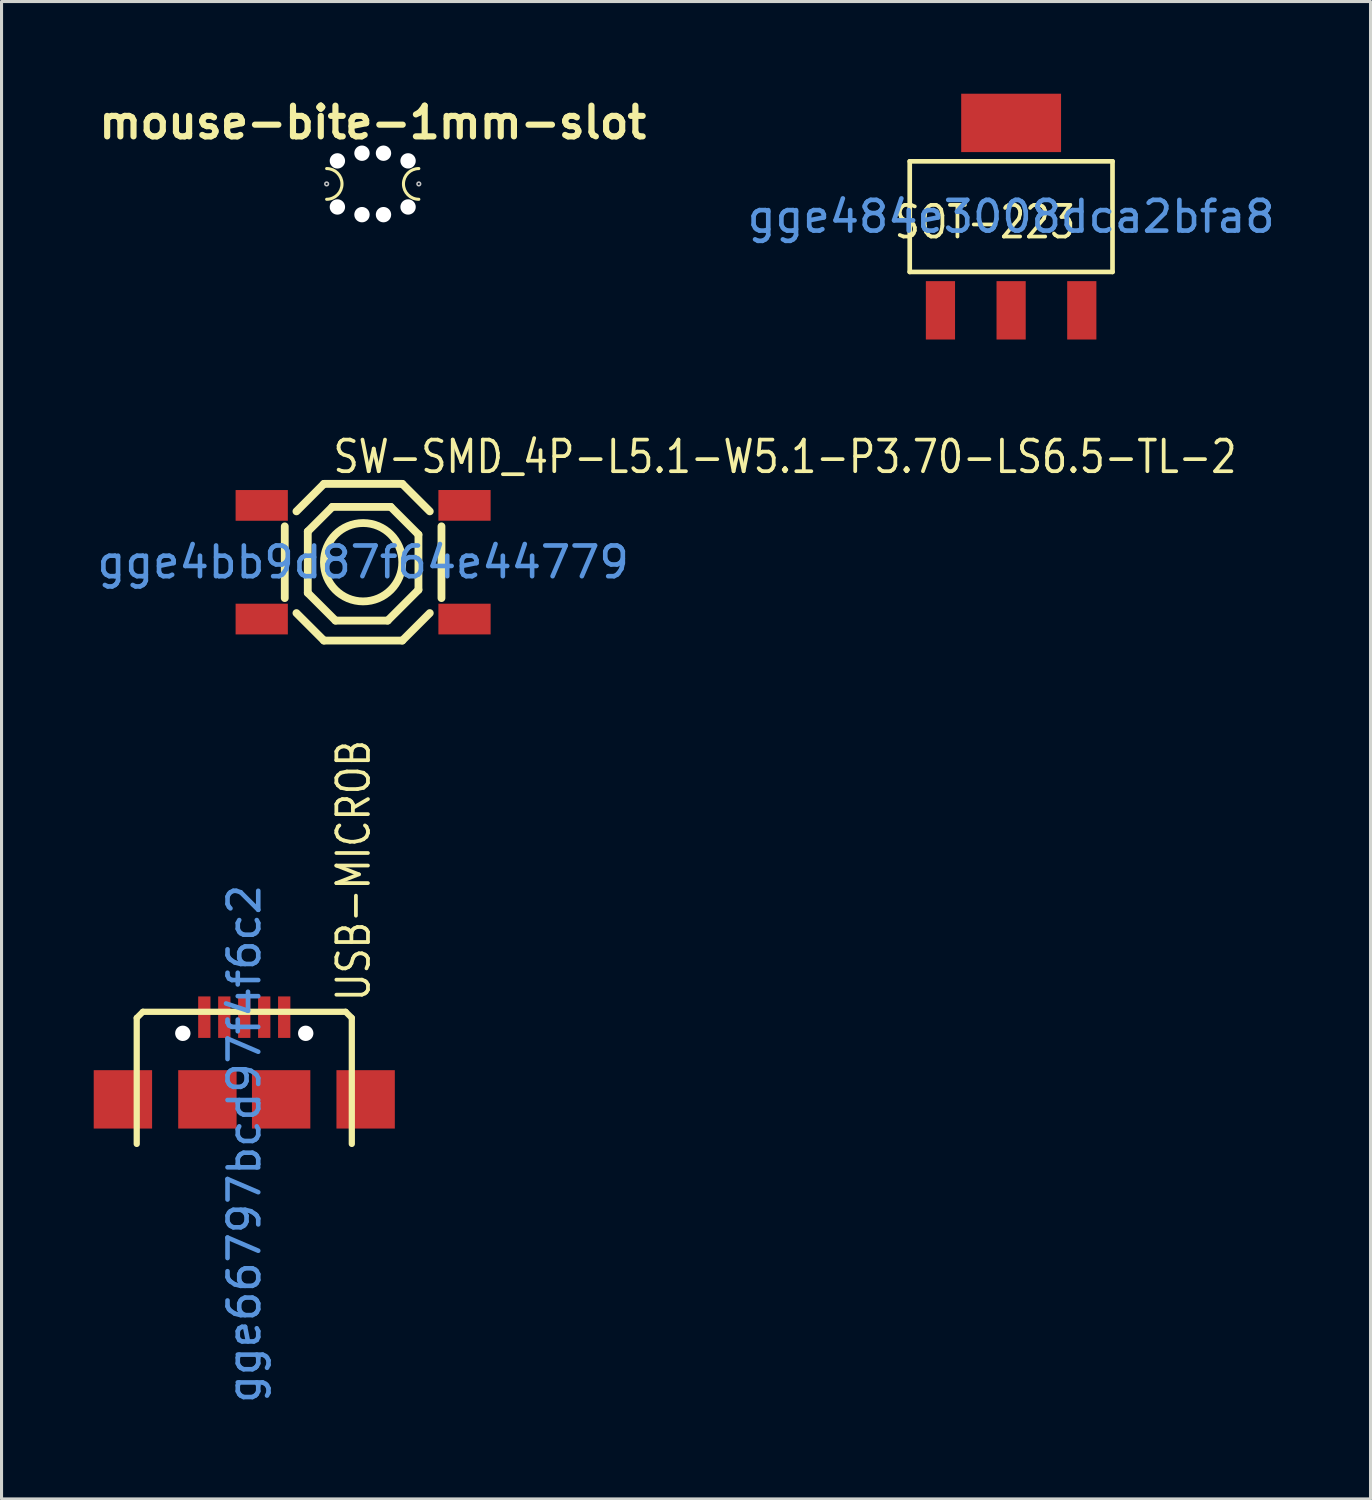
<source format=kicad_pcb>
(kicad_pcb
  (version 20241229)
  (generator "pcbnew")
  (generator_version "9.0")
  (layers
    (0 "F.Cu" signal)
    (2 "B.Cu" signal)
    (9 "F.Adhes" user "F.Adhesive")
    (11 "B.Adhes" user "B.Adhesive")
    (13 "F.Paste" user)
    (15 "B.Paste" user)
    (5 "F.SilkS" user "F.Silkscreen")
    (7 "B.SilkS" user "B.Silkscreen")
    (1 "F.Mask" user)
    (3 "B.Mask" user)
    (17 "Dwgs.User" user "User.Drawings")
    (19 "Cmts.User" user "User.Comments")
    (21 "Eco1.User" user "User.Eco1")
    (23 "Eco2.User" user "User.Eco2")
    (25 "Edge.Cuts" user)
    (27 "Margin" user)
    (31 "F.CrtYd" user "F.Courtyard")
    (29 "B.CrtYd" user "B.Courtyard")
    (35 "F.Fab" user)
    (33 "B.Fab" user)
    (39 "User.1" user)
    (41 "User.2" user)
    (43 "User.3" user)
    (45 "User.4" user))
  (footprint "SW-SMD_4P-L5.1-W5.1-P3.70-LS6.5-TL-2"
    (layer "F.Cu")
    (at 8.768 15.248)
    (property "Reference" "SW-SMD_4P-L5.1-W5.1-P3.70-LS6.5-TL-2" (at -1.041 -3.432 0) (layer "F.SilkS") (effects (font (size 1.029 0.857) (thickness 0.122)) (justify left)))
    (attr smd)
    (fp_line (start -2.55 -1.168) (end -2.55 1.168) (stroke (width 0.254) (type solid)) (layer "F.SilkS"))
    (fp_line (start -2.17 1.655) (end -1.275 2.55) (stroke (width 0.254) (type solid)) (layer "F.SilkS"))
    (fp_line (start -1.801 -1.001) (end -1.001 -1.801) (stroke (width 0.254) (type solid)) (layer "F.SilkS"))
    (fp_line (start -1.801 0.998) (end -1.801 -1.001) (stroke (width 0.254) (type solid)) (layer "F.SilkS"))
    (fp_line (start -1.275 -2.55) (end -2.17 -1.655) (stroke (width 0.254) (type solid)) (layer "F.SilkS"))
    (fp_line (start -1.275 -2.55) (end 1.275 -2.55) (stroke (width 0.254) (type solid)) (layer "F.SilkS"))
    (fp_line (start -1.275 2.55) (end 1.275 2.55) (stroke (width 0.254) (type solid)) (layer "F.SilkS"))
    (fp_line (start -1.001 -1.801) (end 0.899 -1.801) (stroke (width 0.254) (type solid)) (layer "F.SilkS"))
    (fp_line (start -0.899 1.9) (end -1.801 0.998) (stroke (width 0.254) (type solid)) (layer "F.SilkS"))
    (fp_line (start 0.8 1.9) (end -0.899 1.9) (stroke (width 0.254) (type solid)) (layer "F.SilkS"))
    (fp_line (start 0.899 -1.801) (end 1.801 -0.899) (stroke (width 0.254) (type solid)) (layer "F.SilkS"))
    (fp_line (start 1.275 -2.55) (end 2.17 -1.655) (stroke (width 0.254) (type solid)) (layer "F.SilkS"))
    (fp_line (start 1.801 -0.899) (end 1.801 0.899) (stroke (width 0.254) (type solid)) (layer "F.SilkS"))
    (fp_line (start 1.801 0.899) (end 0.8 1.9) (stroke (width 0.254) (type solid)) (layer "F.SilkS"))
    (fp_line (start 2.17 1.655) (end 1.275 2.55) (stroke (width 0.254) (type solid)) (layer "F.SilkS"))
    (fp_line (start 2.55 -1.168) (end 2.55 1.168) (stroke (width 0.254) (type solid)) (layer "F.SilkS"))
    (fp_circle (center 0 0) (end 1.275 0) (stroke (width 0.254) (type solid)) (fill no) (layer "F.SilkS"))
    (fp_text user "gge4bb9d87f64e44779" (at 0 0 0) (layer "Cmts.User") (effects (font (size 1 1) (thickness 0.15))))
    (pad "1" smd rect (at -3.3 -1.849) (size 1.7 1) (layers "F.Cu" "F.Mask" "F.Paste"))
    (pad "2" smd rect (at 3.3 -1.85) (size 1.7 1) (layers "F.Cu" "F.Mask" "F.Paste"))
    (pad "3" smd rect (at -3.3 1.85) (size 1.7 1) (layers "F.Cu" "F.Mask" "F.Paste"))
    (pad "4" smd rect (at 3.3 1.85) (size 1.7 1) (layers "F.Cu" "F.Mask" "F.Paste")))
  (footprint "USB-MICROB"
    (layer "F.Cu")
    (at 4.9 34.18)
    (property "Reference" "USB-MICROB" (at 3.556 -4.572 90) (layer "F.SilkS") (effects (font (size 1.029 0.857) (thickness 0.122)) (justify left)))
    (attr smd)
    (fp_line (start -3.5 -4.1) (end -3.299 -4.3) (stroke (width 0.203) (type solid)) (layer "F.SilkS"))
    (fp_line (start -3.5 0) (end -3.5 -4.1) (stroke (width 0.203) (type solid)) (layer "F.SilkS"))
    (fp_line (start -3.299 -4.3) (end 3.299 -4.3) (stroke (width 0.203) (type solid)) (layer "F.SilkS"))
    (fp_line (start 3.299 -4.3) (end 3.5 -4.1) (stroke (width 0.203) (type solid)) (layer "F.SilkS"))
    (fp_line (start 3.5 0) (end 3.5 -4.1) (stroke (width 0.203) (type solid)) (layer "F.SilkS"))
    (fp_text user "gge66797bcd97f4f6c2" (at 0 0 90) (layer "Cmts.User") (effects (font (size 1 1) (thickness 0.15))))
    (pad "" np_thru_hole circle (at -2 -3.6 90) (size 0.5 0.5) (drill 0.5) (layers "*.Cu" "*.Mask"))
    (pad "" np_thru_hole circle (at 2 -3.6 90) (size 0.5 0.5) (drill 0.5) (layers "*.Cu" "*.Mask"))
    (pad "0" smd rect (at -3.95 -1.45) (size 1.9 1.9) (layers "F.Cu" "F.Mask" "F.Paste"))
    (pad "0" smd rect (at -1.2 -1.45) (size 1.9 1.9) (layers "F.Cu" "F.Mask" "F.Paste"))
    (pad "0" smd rect (at 1.2 -1.45) (size 1.9 1.9) (layers "F.Cu" "F.Mask" "F.Paste"))
    (pad "0" smd rect (at 3.95 -1.45) (size 1.9 1.9) (layers "F.Cu" "F.Mask" "F.Paste"))
    (pad "1" smd rect (at -1.3 -4.125 180) (size 0.4 1.35) (layers "F.Cu" "F.Mask" "F.Paste"))
    (pad "2" smd rect (at -0.65 -4.125 180) (size 0.4 1.35) (layers "F.Cu" "F.Mask" "F.Paste"))
    (pad "3" smd rect (at 0 -4.125 180) (size 0.4 1.35) (layers "F.Cu" "F.Mask" "F.Paste"))
    (pad "4" smd rect (at 0.65 -4.125 180) (size 0.4 1.35) (layers "F.Cu" "F.Mask" "F.Paste"))
    (pad "5" smd rect (at 1.3 -4.125 180) (size 0.4 1.35) (layers "F.Cu" "F.Mask" "F.Paste")))
  (footprint "SOT-223"
    (layer "F.Cu")
    (at 29.858 4)
    (property "Reference" "SOT-223" (at -3.868 0.178 180) (layer "F.SilkS") (effects (font (size 1.029 0.857) (thickness 0.122)) (justify left)))
    (attr smd)
    (fp_line (start -3.3 -1.8) (end 3.3 -1.8) (stroke (width 0.152) (type solid)) (layer "F.SilkS"))
    (fp_line (start -3.3 1.8) (end -3.3 -1.8) (stroke (width 0.152) (type solid)) (layer "F.SilkS"))
    (fp_line (start 3.3 -1.8) (end 3.3 1.8) (stroke (width 0.152) (type solid)) (layer "F.SilkS"))
    (fp_line (start 3.3 1.8) (end -3.3 1.8) (stroke (width 0.152) (type solid)) (layer "F.SilkS"))
    (fp_text user "gge484e3008dca2bfa8" (at 0 0 180) (layer "Cmts.User") (effects (font (size 1 1) (thickness 0.15))))
    (pad "1" smd rect (at -2.3 3.05) (size 0.95 1.9) (layers "F.Cu" "F.Mask" "F.Paste"))
    (pad "2" smd rect (at 0 3.05) (size 0.95 1.9) (layers "F.Cu" "F.Mask" "F.Paste"))
    (pad "3" smd rect (at 2.3 3.05) (size 0.95 1.9) (layers "F.Cu" "F.Mask" "F.Paste"))
    (pad "4" smd rect (at 0 -3.05) (size 3.25 1.9) (layers "F.Cu" "F.Mask" "F.Paste")))
  (footprint "mouse-bite-1mm-slot"
    (layer "F.Cu")
    (at 9.081 2.936)
    (property "Reference" "mouse-bite-1mm-slot" (at 0 -2 0) (layer "F.SilkS") (effects (font (size 1 1) (thickness 0.2))))
    (attr through_hole)
    (fp_arc (start -1.5 -0.5) (mid -1 0) (end -1.5 0.5) (stroke (width 0.1) (type solid)) (layer "F.SilkS"))
    (fp_arc (start 1.5 0.5) (mid 1 0) (end 1.5 -0.5) (stroke (width 0.1) (type solid)) (layer "F.SilkS"))
    (fp_circle (center -1.5 0) (end -1.44 0) (stroke (width 0.05) (type solid)) (fill no) (layer "Dwgs.User"))
    (fp_circle (center 1.5 0) (end 1.56 0) (stroke (width 0.05) (type solid)) (fill no) (layer "Dwgs.User"))
    (fp_line (start -1.5 0) (end -1.5 0) (stroke (width 1) (type solid)) (layer "Eco1.User"))
    (fp_line (start 1.5 0) (end 1.5 0) (stroke (width 1) (type solid)) (layer "Eco1.User"))
    (pad "" np_thru_hole circle (at -1.15 -0.75) (size 0.5 0.5) (drill 0.5) (layers "*.Cu" "*.Mask"))
    (pad "" np_thru_hole circle (at -1.15 0.75) (size 0.5 0.5) (drill 0.5) (layers "*.Cu" "*.Mask"))
    (pad "" np_thru_hole circle (at -0.35 -1) (size 0.5 0.5) (drill 0.5) (layers "*.Cu" "*.Mask"))
    (pad "" np_thru_hole circle (at -0.35 1) (size 0.5 0.5) (drill 0.5) (layers "*.Cu" "*.Mask"))
    (pad "" np_thru_hole circle (at 0.35 -1) (size 0.5 0.5) (drill 0.5) (layers "*.Cu" "*.Mask"))
    (pad "" np_thru_hole circle (at 0.35 1) (size 0.5 0.5) (drill 0.5) (layers "*.Cu" "*.Mask"))
    (pad "" np_thru_hole circle (at 1.15 -0.75) (size 0.5 0.5) (drill 0.5) (layers "*.Cu" "*.Mask"))
    (pad "" np_thru_hole circle (at 1.15 0.75) (size 0.5 0.5) (drill 0.5) (layers "*.Cu" "*.Mask")))
  (gr_rect
    (start -3 -3)
    (end 41.555 45.734)
    (stroke (width 0.1) (type default))
    (fill no)
    (layer "Edge.Cuts")))
</source>
